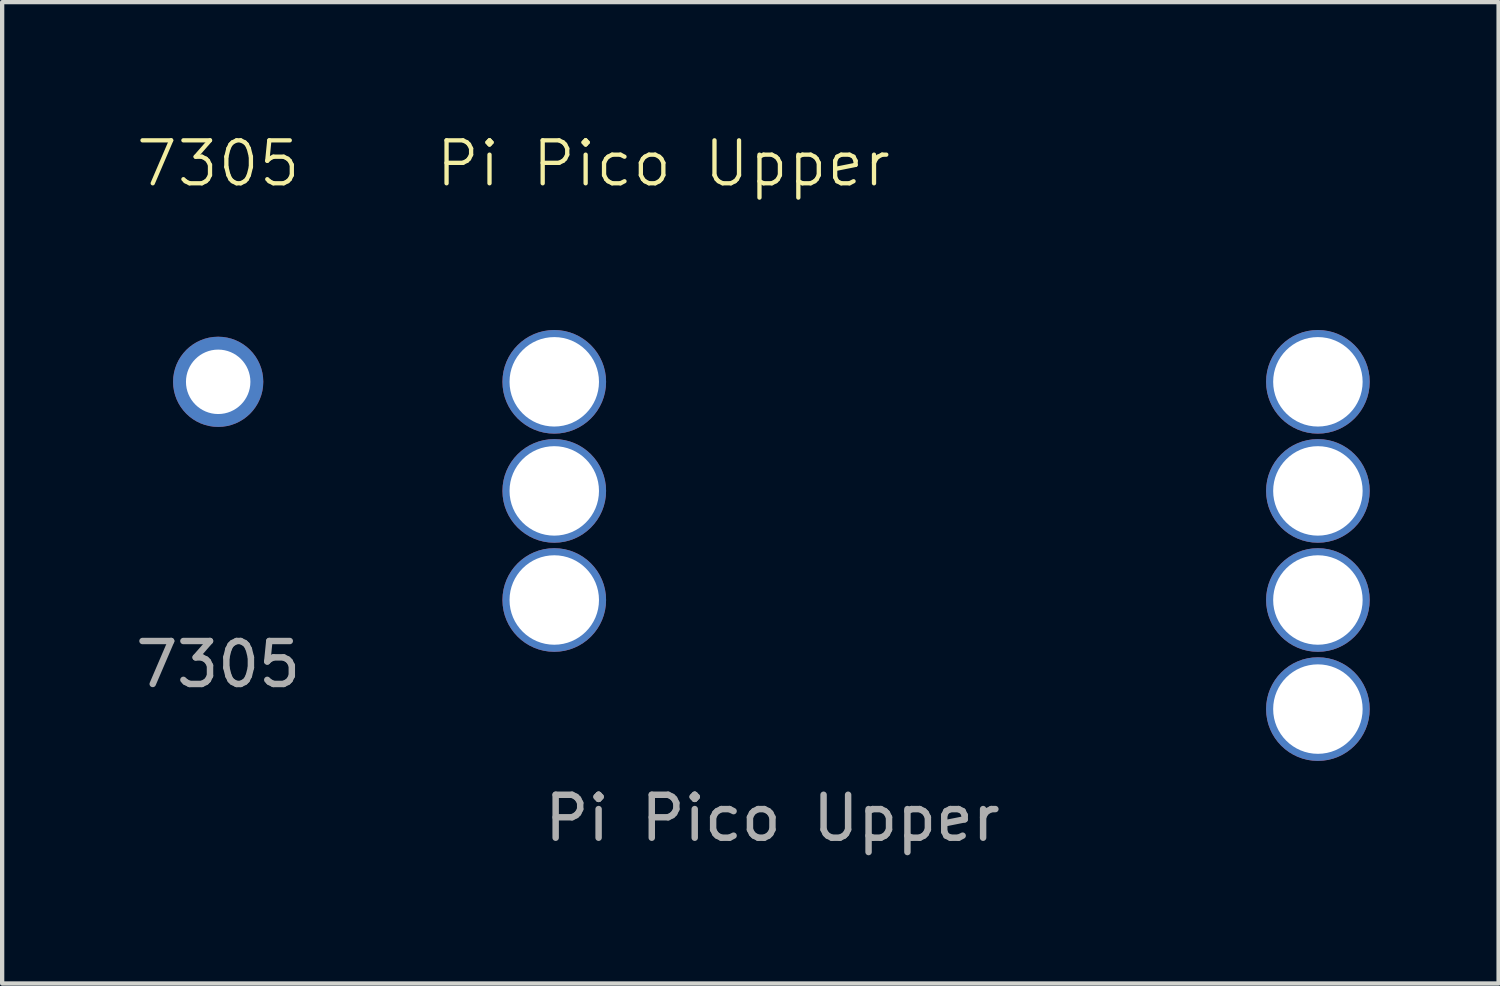
<source format=kicad_pcb>
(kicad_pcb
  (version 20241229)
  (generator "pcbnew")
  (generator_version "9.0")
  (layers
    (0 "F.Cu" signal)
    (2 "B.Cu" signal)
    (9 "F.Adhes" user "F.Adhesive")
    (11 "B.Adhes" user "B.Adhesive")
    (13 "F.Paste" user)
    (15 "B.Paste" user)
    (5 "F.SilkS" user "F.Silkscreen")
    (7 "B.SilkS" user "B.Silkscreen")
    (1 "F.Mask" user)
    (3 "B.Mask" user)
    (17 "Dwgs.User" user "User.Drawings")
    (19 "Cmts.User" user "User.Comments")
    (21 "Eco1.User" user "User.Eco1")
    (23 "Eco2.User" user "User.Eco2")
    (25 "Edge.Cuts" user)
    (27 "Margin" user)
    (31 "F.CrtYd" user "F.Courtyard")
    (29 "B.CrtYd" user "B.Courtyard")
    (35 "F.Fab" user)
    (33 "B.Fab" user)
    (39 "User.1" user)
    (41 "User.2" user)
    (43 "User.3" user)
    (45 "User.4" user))
  (footprint "7305"
    (layer "F.Cu")
    (at 2.03 5.84)
    (property "Reference" "7305" (at 0 -5.08 0) (unlocked yes) (layer "F.SilkS") (effects (font (size 1 1) (thickness 0.1))))
    (attr through_hole)
    (fp_text user "${REFERENCE}" (at 0 6.58 0) (unlocked yes) (layer "F.Fab") (effects (font (size 1 1) (thickness 0.15))))
    (pad "1" thru_hole circle (at 0 0) (size 2.1 2.1) (drill 1.5) (layers "*.Cu" "*.Mask" "F.Paste")))
  (footprint "Pi Pico Upper"
    (layer "F.Cu")
    (at 9.855 5.84)
    (property "Reference" "Pi Pico Upper" (at 2.54 -5.08 0) (unlocked yes) (layer "F.SilkS") (effects (font (size 1 1) (thickness 0.1))))
    (attr through_hole)
    (fp_text user "${REFERENCE}" (at 5.08 10.16 0) (unlocked yes) (layer "F.Fab") (effects (font (size 1 1) (thickness 0.15))))
    (pad "1" thru_hole circle (at 0 0) (size 2.413 2.413) (drill 2.083) (layers "*.Cu" "*.Mask"))
    (pad "2" thru_hole circle (at 0 2.54) (size 2.413 2.413) (drill 2.083) (layers "*.Cu" "*.Mask"))
    (pad "3" thru_hole circle (at 0 5.08) (size 2.413 2.413) (drill 2.083) (layers "*.Cu" "*.Mask"))
    (pad "37" thru_hole circle (at 17.78 7.62) (size 2.413 2.413) (drill 2.083) (layers "*.Cu" "*.Mask"))
    (pad "38" thru_hole circle (at 17.78 5.08) (size 2.413 2.413) (drill 2.083) (layers "*.Cu" "*.Mask"))
    (pad "39" thru_hole circle (at 17.78 2.54) (size 2.413 2.413) (drill 2.083) (layers "*.Cu" "*.Mask"))
    (pad "40" thru_hole circle (at 17.78 0) (size 2.413 2.413) (drill 2.083) (layers "*.Cu" "*.Mask")))
  (gr_rect
    (start -3 -3)
    (end 31.842 19.849)
    (stroke (width 0.1) (type default))
    (fill no)
    (layer "Edge.Cuts")))
</source>
